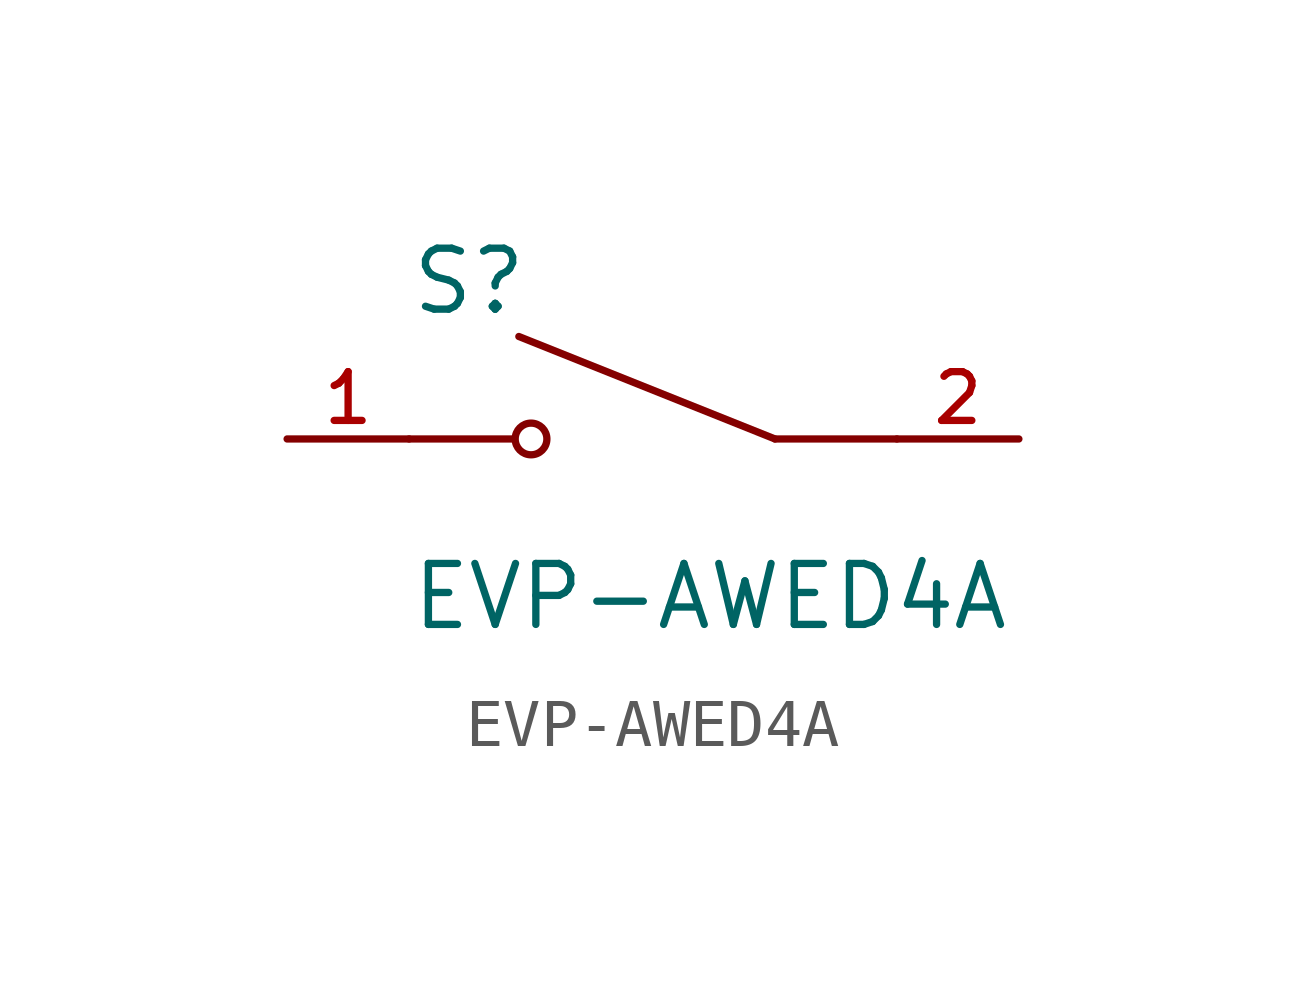
<source format=kicad_sym>
(kicad_symbol_lib
  (version 20211014)
  (generator kicad_symbol_editor)
  (symbol "EVP-AWED4A"
    (pin_names
      (offset 1.016))
    (property "Reference" "S"
      (at -5.08 2.54 0)
      (effects (font (size 1.27 1.27)) (justify bottom left)))
    (property "Value" "EVP-AWED4A"
      (at -5.08 -2.54 0)
      (effects (font (size 1.27 1.27)) (justify top left)))
    (symbol "EVP-AWED4A_0_0"
      (polyline (pts (xy 2.54 0.0) (xy -2.794 2.134)) (stroke (width 0.152)))
      (circle (center -2.54 0.0) (radius 0.33) (stroke (width 0.152)) (fill (type none)))
      (polyline (pts (xy -5.08 0.0) (xy -2.921 0.0)) (stroke (width 0.152)))
      (polyline (pts (xy 2.54 0.0) (xy 5.08 0.0)) (stroke (width 0.152)))
      (pin passive line (at 7.62 0.0 180.0) (length 2.54) (name "~" (effects (font (size 1.016 1.016)))) (number "2" (effects (font (size 1.016 1.016)))))
      (pin passive line (at -7.62 0.0 0) (length 2.54) (name "~" (effects (font (size 1.016 1.016)))) (number "1" (effects (font (size 1.016 1.016))))))))
</source>
